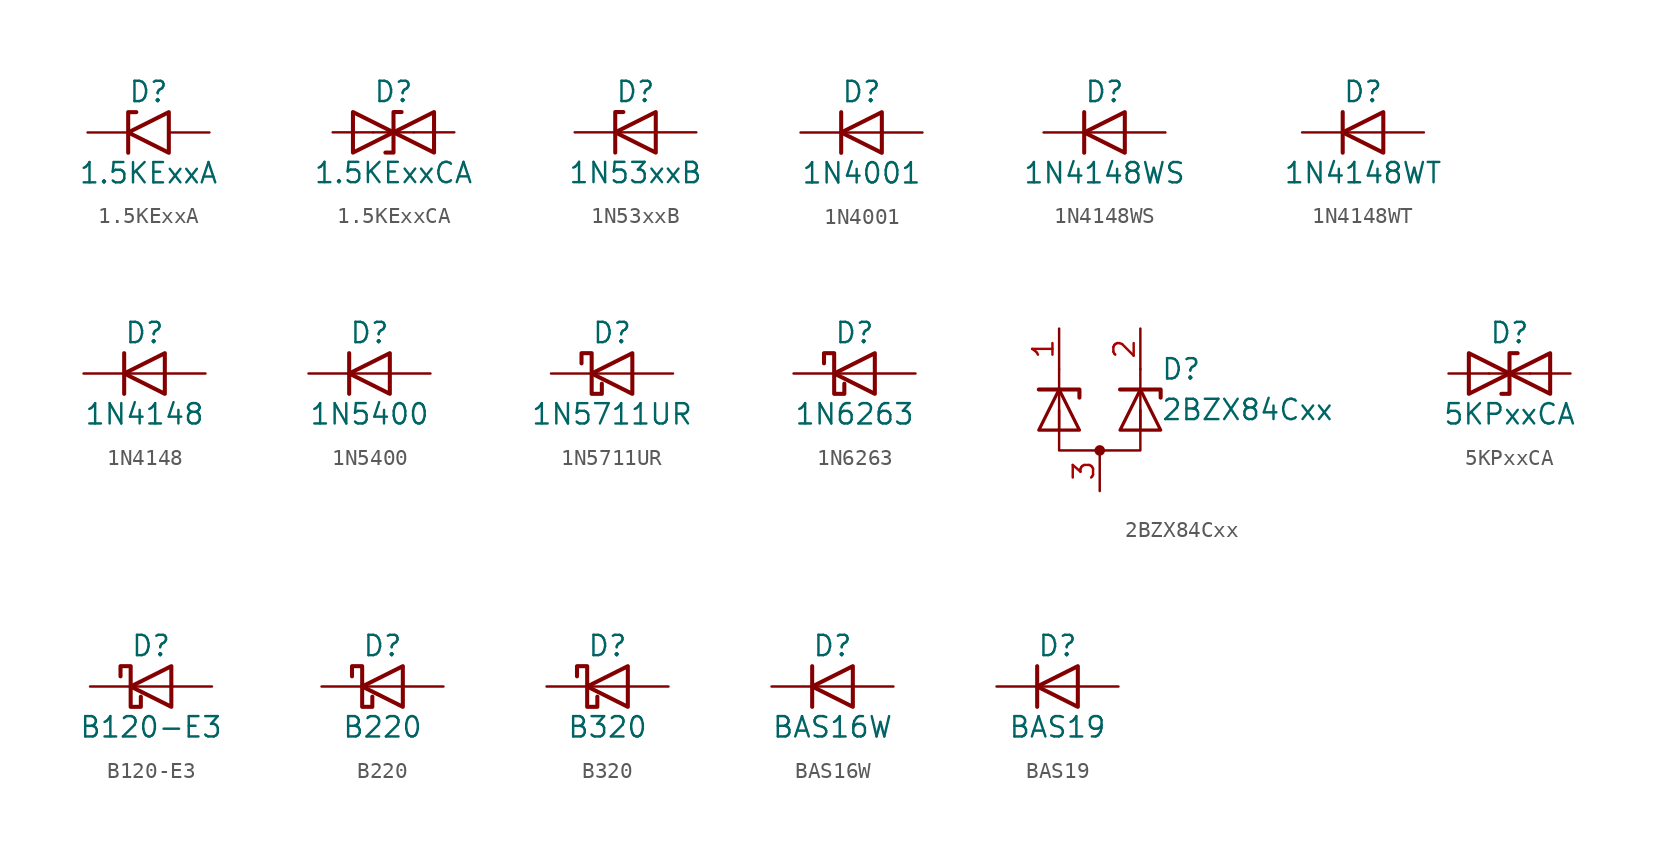
<source format=kicad_sym>
(kicad_symbol_lib
  (version 20201005)
  (generator kicad_symbol_editor)
  (symbol "1.5KExxA"
    (pin_numbers hide)
    (pin_names
      (offset 1.016) hide)
    (property "Reference" "D"
      (at 0 2.54 0)
      (effects (font (size 1.27 1.27))))
    (property "Value" "1.5KExxA"
      (at 0 -2.54 0)
      (effects (font (size 1.27 1.27))))
    (symbol "1.5KExxA_0_1"
      (polyline (pts (xy -0.762 1.27) (xy -1.27 1.27) (xy -1.27 -1.27)) (stroke (width 0.254)) (fill (type none)))
      (polyline (pts (xy 1.27 1.27) (xy 1.27 -1.27) (xy -1.27 0) (xy 1.27 1.27)) (stroke (width 0.254)) (fill (type none))))
    (symbol "1.5KExxA_1_1"
      (pin passive line (at -3.81 0 0) (length 2.54) (name "A1" (effects (font (size 1.27 1.27)))) (number "1" (effects (font (size 1.27 1.27)))))
      (pin passive line (at 3.81 0 180) (length 2.54) (name "A2" (effects (font (size 1.27 1.27)))) (number "2" (effects (font (size 1.27 1.27)))))))
  (symbol "1.5KExxCA"
    (pin_numbers hide)
    (pin_names
      (offset 1.016) hide)
    (property "Reference" "D"
      (at 0 2.54 0)
      (effects (font (size 1.27 1.27))))
    (property "Value" "1.5KExxCA"
      (at 0 -2.54 0)
      (effects (font (size 1.27 1.27))))
    (symbol "1.5KExxCA_0_1"
      (polyline (pts (xy 1.27 0) (xy -1.27 0)) (stroke (width 0)) (fill (type none)))
      (polyline (pts (xy -2.54 -1.27) (xy 0 0) (xy -2.54 1.27) (xy -2.54 -1.27)) (stroke (width 0.254)) (fill (type none)))
      (polyline (pts (xy 0.508 1.27) (xy 0 1.27) (xy 0 -1.27) (xy -0.508 -1.27)) (stroke (width 0.254)) (fill (type none)))
      (polyline (pts (xy 2.54 1.27) (xy 2.54 -1.27) (xy 0 0) (xy 2.54 1.27)) (stroke (width 0.254)) (fill (type none))))
    (symbol "1.5KExxCA_1_1"
      (pin passive line (at -3.81 0 0) (length 2.54) (name "A1" (effects (font (size 1.27 1.27)))) (number "1" (effects (font (size 1.27 1.27)))))
      (pin passive line (at 3.81 0 180) (length 2.54) (name "A2" (effects (font (size 1.27 1.27)))) (number "2" (effects (font (size 1.27 1.27)))))))
  (symbol "1N53xxB"
    (pin_numbers hide)
    (pin_names
      (offset 1.016) hide)
    (property "Reference" "D"
      (at 0 2.54 0)
      (effects (font (size 1.27 1.27))))
    (property "Value" "1N53xxB"
      (at 0 -2.54 0)
      (effects (font (size 1.27 1.27))))
    (symbol "1N53xxB_0_1"
      (polyline (pts (xy 1.27 0) (xy -1.27 0)) (stroke (width 0)) (fill (type none)))
      (polyline (pts (xy -1.27 -1.27) (xy -1.27 1.27) (xy -0.762 1.27)) (stroke (width 0.254)) (fill (type none)))
      (polyline (pts (xy 1.27 -1.27) (xy 1.27 1.27) (xy -1.27 0) (xy 1.27 -1.27)) (stroke (width 0.254)) (fill (type none))))
    (symbol "1N53xxB_1_1"
      (pin passive line (at -3.81 0 0) (length 2.54) (name "K" (effects (font (size 1.27 1.27)))) (number "1" (effects (font (size 1.27 1.27)))))
      (pin passive line (at 3.81 0 180) (length 2.54) (name "A" (effects (font (size 1.27 1.27)))) (number "2" (effects (font (size 1.27 1.27)))))))
  (symbol "1N4001"
    (pin_numbers hide)
    (pin_names
      (offset 1.016) hide)
    (property "Reference" "D"
      (at 0 2.54 0)
      (effects (font (size 1.27 1.27))))
    (property "Value" "1N4001"
      (at 0 -2.54 0)
      (effects (font (size 1.27 1.27))))
    (symbol "1N4001_0_1"
      (polyline (pts (xy -1.27 1.27) (xy -1.27 -1.27)) (stroke (width 0.254)) (fill (type none)))
      (polyline (pts (xy 1.27 0) (xy -1.27 0)) (stroke (width 0)) (fill (type none)))
      (polyline (pts (xy 1.27 1.27) (xy 1.27 -1.27) (xy -1.27 0) (xy 1.27 1.27)) (stroke (width 0.254)) (fill (type none))))
    (symbol "1N4001_1_1"
      (pin passive line (at -3.81 0 0) (length 2.54) (name "K" (effects (font (size 1.27 1.27)))) (number "1" (effects (font (size 1.27 1.27)))))
      (pin passive line (at 3.81 0 180) (length 2.54) (name "A" (effects (font (size 1.27 1.27)))) (number "2" (effects (font (size 1.27 1.27)))))))
  (symbol "1N4148WS"
    (pin_numbers hide)
    (pin_names
      (offset 1.016) hide)
    (property "Reference" "D"
      (at 0 2.54 0)
      (effects (font (size 1.27 1.27))))
    (property "Value" "1N4148WS"
      (at 0 -2.54 0)
      (effects (font (size 1.27 1.27))))
    (symbol "1N4148WS_0_1"
      (polyline (pts (xy -1.27 1.27) (xy -1.27 -1.27)) (stroke (width 0.254)) (fill (type none)))
      (polyline (pts (xy 1.27 0) (xy -1.27 0)) (stroke (width 0)) (fill (type none)))
      (polyline (pts (xy 1.27 1.27) (xy 1.27 -1.27) (xy -1.27 0) (xy 1.27 1.27)) (stroke (width 0.254)) (fill (type none))))
    (symbol "1N4148WS_1_1"
      (pin passive line (at -3.81 0 0) (length 2.54) (name "K" (effects (font (size 1.27 1.27)))) (number "1" (effects (font (size 1.27 1.27)))))
      (pin passive line (at 3.81 0 180) (length 2.54) (name "A" (effects (font (size 1.27 1.27)))) (number "2" (effects (font (size 1.27 1.27)))))))
  (symbol "1N4148WT"
    (pin_numbers hide)
    (pin_names
      (offset 1.016) hide)
    (property "Reference" "D"
      (at 0 2.54 0)
      (effects (font (size 1.27 1.27))))
    (property "Value" "1N4148WT"
      (at 0 -2.54 0)
      (effects (font (size 1.27 1.27))))
    (symbol "1N4148WT_0_1"
      (polyline (pts (xy -1.27 1.27) (xy -1.27 -1.27)) (stroke (width 0.254)) (fill (type none)))
      (polyline (pts (xy 1.27 0) (xy -1.27 0)) (stroke (width 0)) (fill (type none)))
      (polyline (pts (xy 1.27 1.27) (xy 1.27 -1.27) (xy -1.27 0) (xy 1.27 1.27)) (stroke (width 0.254)) (fill (type none))))
    (symbol "1N4148WT_1_1"
      (pin passive line (at -3.81 0 0) (length 2.54) (name "K" (effects (font (size 1.27 1.27)))) (number "1" (effects (font (size 1.27 1.27)))))
      (pin passive line (at 3.81 0 180) (length 2.54) (name "A" (effects (font (size 1.27 1.27)))) (number "2" (effects (font (size 1.27 1.27)))))))
  (symbol "1N4148"
    (pin_numbers hide)
    (pin_names
      (offset 1.016) hide)
    (property "Reference" "D"
      (at 0 2.54 0)
      (effects (font (size 1.27 1.27))))
    (property "Value" "1N4148"
      (at 0 -2.54 0)
      (effects (font (size 1.27 1.27))))
    (symbol "1N4148_0_1"
      (polyline (pts (xy -1.27 1.27) (xy -1.27 -1.27)) (stroke (width 0.254)) (fill (type none)))
      (polyline (pts (xy 1.27 0) (xy -1.27 0)) (stroke (width 0)) (fill (type none)))
      (polyline (pts (xy 1.27 1.27) (xy 1.27 -1.27) (xy -1.27 0) (xy 1.27 1.27)) (stroke (width 0.254)) (fill (type none))))
    (symbol "1N4148_1_1"
      (pin passive line (at -3.81 0 0) (length 2.54) (name "K" (effects (font (size 1.27 1.27)))) (number "1" (effects (font (size 1.27 1.27)))))
      (pin passive line (at 3.81 0 180) (length 2.54) (name "A" (effects (font (size 1.27 1.27)))) (number "2" (effects (font (size 1.27 1.27)))))))
  (symbol "1N5400"
    (pin_numbers hide)
    (pin_names
      (offset 1.016) hide)
    (property "Reference" "D"
      (at 0 2.54 0)
      (effects (font (size 1.27 1.27))))
    (property "Value" "1N5400"
      (at 0 -2.54 0)
      (effects (font (size 1.27 1.27))))
    (symbol "1N5400_0_1"
      (polyline (pts (xy -1.27 1.27) (xy -1.27 -1.27)) (stroke (width 0.254)) (fill (type none)))
      (polyline (pts (xy 1.27 0) (xy -1.27 0)) (stroke (width 0)) (fill (type none)))
      (polyline (pts (xy 1.27 1.27) (xy 1.27 -1.27) (xy -1.27 0) (xy 1.27 1.27)) (stroke (width 0.254)) (fill (type none))))
    (symbol "1N5400_1_1"
      (pin passive line (at -3.81 0 0) (length 2.54) (name "K" (effects (font (size 1.27 1.27)))) (number "1" (effects (font (size 1.27 1.27)))))
      (pin passive line (at 3.81 0 180) (length 2.54) (name "A" (effects (font (size 1.27 1.27)))) (number "2" (effects (font (size 1.27 1.27)))))))
  (symbol "1N5711UR"
    (pin_numbers hide)
    (pin_names
      (offset 1.016) hide)
    (property "Reference" "D"
      (at 0 2.54 0)
      (effects (font (size 1.27 1.27))))
    (property "Value" "1N5711UR"
      (at 0 -2.54 0)
      (effects (font (size 1.27 1.27))))
    (symbol "1N5711UR_0_1"
      (polyline (pts (xy 1.27 0) (xy -1.27 0)) (stroke (width 0)) (fill (type none)))
      (polyline (pts (xy 1.27 1.27) (xy 1.27 -1.27) (xy -1.27 0) (xy 1.27 1.27)) (stroke (width 0.254)) (fill (type none)))
      (polyline (pts (xy -1.905 0.635) (xy -1.905 1.27) (xy -1.27 1.27) (xy -1.27 -1.27) (xy -0.635 -1.27) (xy -0.635 -0.635)) (stroke (width 0.254)) (fill (type none))))
    (symbol "1N5711UR_1_1"
      (pin passive line (at -3.81 0 0) (length 2.54) (name "K" (effects (font (size 1.27 1.27)))) (number "1" (effects (font (size 1.27 1.27)))))
      (pin passive line (at 3.81 0 180) (length 2.54) (name "A" (effects (font (size 1.27 1.27)))) (number "2" (effects (font (size 1.27 1.27)))))))
  (symbol "1N6263"
    (pin_numbers hide)
    (pin_names
      (offset 1.016) hide)
    (property "Reference" "D"
      (at 0 2.54 0)
      (effects (font (size 1.27 1.27))))
    (property "Value" "1N6263"
      (at 0 -2.54 0)
      (effects (font (size 1.27 1.27))))
    (symbol "1N6263_0_1"
      (polyline (pts (xy 1.27 0) (xy -1.27 0)) (stroke (width 0)) (fill (type none)))
      (polyline (pts (xy 1.27 1.27) (xy 1.27 -1.27) (xy -1.27 0) (xy 1.27 1.27)) (stroke (width 0.254)) (fill (type none)))
      (polyline (pts (xy -1.905 0.635) (xy -1.905 1.27) (xy -1.27 1.27) (xy -1.27 -1.27) (xy -0.635 -1.27) (xy -0.635 -0.635)) (stroke (width 0.254)) (fill (type none))))
    (symbol "1N6263_1_1"
      (pin passive line (at -3.81 0 0) (length 2.54) (name "K" (effects (font (size 1.27 1.27)))) (number "1" (effects (font (size 1.27 1.27)))))
      (pin passive line (at 3.81 0 180) (length 2.54) (name "A" (effects (font (size 1.27 1.27)))) (number "2" (effects (font (size 1.27 1.27)))))))
  (symbol "2BZX84Cxx"
    (pin_names
      (offset 1.016) hide)
    (property "Reference" "D"
      (at 3.81 2.54 0)
      (effects (font (size 1.27 1.27)) (justify left)))
    (property "Value" "2BZX84Cxx"
      (at 3.81 0 0)
      (effects (font (size 1.27 1.27)) (justify left)))
    (symbol "2BZX84Cxx_0_1"
      (circle (center 0 -2.54) (radius 0.254) (stroke (width 0)) (fill (type outline)))
      (polyline (pts (xy -2.54 -1.27) (xy -2.54 2.54)) (stroke (width 0)) (fill (type none)))
      (polyline (pts (xy 2.54 -1.27) (xy 2.54 2.54)) (stroke (width 0)) (fill (type none)))
      (polyline (pts (xy -3.81 1.27) (xy -1.27 1.27) (xy -1.27 0.762)) (stroke (width 0.254)) (fill (type none)))
      (polyline (pts (xy 1.27 1.27) (xy 3.81 1.27) (xy 3.81 0.762)) (stroke (width 0.254)) (fill (type none)))
      (polyline (pts (xy -2.54 0) (xy -2.54 -2.54) (xy 2.54 -2.54) (xy 2.54 0)) (stroke (width 0)) (fill (type none))))
    (symbol "2BZX84Cxx_1_1"
      (polyline (pts (xy -3.81 -1.27) (xy -1.27 -1.27) (xy -2.54 1.27) (xy -3.81 -1.27)) (stroke (width 0.203)) (fill (type none)))
      (polyline (pts (xy 1.27 -1.27) (xy 3.81 -1.27) (xy 2.54 1.27) (xy 1.27 -1.27)) (stroke (width 0.203)) (fill (type none)))
      (pin passive line (at -2.54 5.08 270) (length 2.54) (name "K" (effects (font (size 1.27 1.27)))) (number "1" (effects (font (size 1.27 1.27)))))
      (pin passive line (at 2.54 5.08 270) (length 2.54) (name "K" (effects (font (size 1.27 1.27)))) (number "2" (effects (font (size 1.27 1.27)))))
      (pin passive line (at 0 -5.08 90) (length 2.54) (name "A" (effects (font (size 1.27 1.27)))) (number "3" (effects (font (size 1.27 1.27)))))))
  (symbol "5KPxxCA"
    (pin_numbers hide)
    (pin_names
      (offset 1.016) hide)
    (property "Reference" "D"
      (at 0 2.54 0)
      (effects (font (size 1.27 1.27))))
    (property "Value" "5KPxxCA"
      (at 0 -2.54 0)
      (effects (font (size 1.27 1.27))))
    (symbol "5KPxxCA_0_1"
      (polyline (pts (xy 1.27 0) (xy -1.27 0)) (stroke (width 0)) (fill (type none)))
      (polyline (pts (xy -2.54 -1.27) (xy 0 0) (xy -2.54 1.27) (xy -2.54 -1.27)) (stroke (width 0.254)) (fill (type none)))
      (polyline (pts (xy 0.508 1.27) (xy 0 1.27) (xy 0 -1.27) (xy -0.508 -1.27)) (stroke (width 0.254)) (fill (type none)))
      (polyline (pts (xy 2.54 1.27) (xy 2.54 -1.27) (xy 0 0) (xy 2.54 1.27)) (stroke (width 0.254)) (fill (type none))))
    (symbol "5KPxxCA_1_1"
      (pin passive line (at -3.81 0 0) (length 2.54) (name "A1" (effects (font (size 1.27 1.27)))) (number "1" (effects (font (size 1.27 1.27)))))
      (pin passive line (at 3.81 0 180) (length 2.54) (name "A2" (effects (font (size 1.27 1.27)))) (number "2" (effects (font (size 1.27 1.27)))))))
  (symbol "B120-E3"
    (pin_numbers hide)
    (pin_names hide)
    (property "Reference" "D"
      (at 0 2.54 0)
      (effects (font (size 1.27 1.27))))
    (property "Value" "B120-E3"
      (at 0 -2.54 0)
      (effects (font (size 1.27 1.27))))
    (symbol "B120-E3_0_1"
      (polyline (pts (xy 1.27 0) (xy -1.27 0)) (stroke (width 0)) (fill (type none)))
      (polyline (pts (xy 1.27 1.27) (xy 1.27 -1.27) (xy -1.27 0) (xy 1.27 1.27)) (stroke (width 0.254)) (fill (type none)))
      (polyline (pts (xy -1.905 0.635) (xy -1.905 1.27) (xy -1.27 1.27) (xy -1.27 -1.27) (xy -0.635 -1.27) (xy -0.635 -0.635)) (stroke (width 0.254)) (fill (type none))))
    (symbol "B120-E3_1_1"
      (pin passive line (at -3.81 0 0) (length 2.54) (name "K" (effects (font (size 1.27 1.27)))) (number "1" (effects (font (size 1.27 1.27)))))
      (pin passive line (at 3.81 0 180) (length 2.54) (name "A" (effects (font (size 1.27 1.27)))) (number "2" (effects (font (size 1.27 1.27)))))))
  (symbol "B220"
    (pin_numbers hide)
    (pin_names
      (offset 1.016) hide)
    (property "Reference" "D"
      (at 0 2.54 0)
      (effects (font (size 1.27 1.27))))
    (property "Value" "B220"
      (at 0 -2.54 0)
      (effects (font (size 1.27 1.27))))
    (symbol "B220_0_1"
      (polyline (pts (xy 1.27 0) (xy -1.27 0)) (stroke (width 0)) (fill (type none)))
      (polyline (pts (xy 1.27 1.27) (xy 1.27 -1.27) (xy -1.27 0) (xy 1.27 1.27)) (stroke (width 0.254)) (fill (type none)))
      (polyline (pts (xy -1.905 0.635) (xy -1.905 1.27) (xy -1.27 1.27) (xy -1.27 -1.27) (xy -0.635 -1.27) (xy -0.635 -0.635)) (stroke (width 0.254)) (fill (type none))))
    (symbol "B220_1_1"
      (pin passive line (at -3.81 0 0) (length 2.54) (name "K" (effects (font (size 1.27 1.27)))) (number "1" (effects (font (size 1.27 1.27)))))
      (pin passive line (at 3.81 0 180) (length 2.54) (name "A" (effects (font (size 1.27 1.27)))) (number "2" (effects (font (size 1.27 1.27)))))))
  (symbol "B320"
    (pin_numbers hide)
    (pin_names
      (offset 1.016) hide)
    (property "Reference" "D"
      (at 0 2.54 0)
      (effects (font (size 1.27 1.27))))
    (property "Value" "B320"
      (at 0 -2.54 0)
      (effects (font (size 1.27 1.27))))
    (symbol "B320_0_1"
      (polyline (pts (xy 1.27 0) (xy -1.27 0)) (stroke (width 0)) (fill (type none)))
      (polyline (pts (xy 1.27 1.27) (xy 1.27 -1.27) (xy -1.27 0) (xy 1.27 1.27)) (stroke (width 0.254)) (fill (type none)))
      (polyline (pts (xy -1.905 0.635) (xy -1.905 1.27) (xy -1.27 1.27) (xy -1.27 -1.27) (xy -0.635 -1.27) (xy -0.635 -0.635)) (stroke (width 0.254)) (fill (type none))))
    (symbol "B320_1_1"
      (pin passive line (at -3.81 0 0) (length 2.54) (name "K" (effects (font (size 1.27 1.27)))) (number "1" (effects (font (size 1.27 1.27)))))
      (pin passive line (at 3.81 0 180) (length 2.54) (name "A" (effects (font (size 1.27 1.27)))) (number "2" (effects (font (size 1.27 1.27)))))))
  (symbol "BAS16W"
    (pin_numbers hide)
    (pin_names hide)
    (property "Reference" "D"
      (at 0 2.54 0)
      (effects (font (size 1.27 1.27))))
    (property "Value" "BAS16W"
      (at 0 -2.54 0)
      (effects (font (size 1.27 1.27))))
    (symbol "BAS16W_0_1"
      (polyline (pts (xy -1.27 1.27) (xy -1.27 -1.27)) (stroke (width 0.254)) (fill (type none)))
      (polyline (pts (xy 1.27 0) (xy -1.27 0)) (stroke (width 0)) (fill (type none)))
      (polyline (pts (xy 1.27 1.27) (xy 1.27 -1.27) (xy -1.27 0) (xy 1.27 1.27)) (stroke (width 0.254)) (fill (type none))))
    (symbol "BAS16W_1_1"
      (pin passive line (at 3.81 0 180) (length 2.54) (name "A" (effects (font (size 1.27 1.27)))) (number "1" (effects (font (size 1.27 1.27)))))
      (pin no_connect line (at -1.27 0 0) (length 2.54) hide (name "NC" (effects (font (size 1.27 1.27)))) (number "2" (effects (font (size 1.27 1.27)))))
      (pin passive line (at -3.81 0 0) (length 2.54) (name "K" (effects (font (size 1.27 1.27)))) (number "3" (effects (font (size 1.27 1.27)))))))
  (symbol "BAS19"
    (pin_numbers hide)
    (pin_names hide)
    (property "Reference" "D"
      (at 0 2.54 0)
      (effects (font (size 1.27 1.27))))
    (property "Value" "BAS19"
      (at 0 -2.54 0)
      (effects (font (size 1.27 1.27))))
    (symbol "BAS19_0_1"
      (polyline (pts (xy -1.27 1.27) (xy -1.27 -1.27)) (stroke (width 0.254)) (fill (type none)))
      (polyline (pts (xy 1.27 0) (xy -1.27 0)) (stroke (width 0)) (fill (type none)))
      (polyline (pts (xy 1.27 1.27) (xy 1.27 -1.27) (xy -1.27 0) (xy 1.27 1.27)) (stroke (width 0.254)) (fill (type none))))
    (symbol "BAS19_1_1"
      (pin passive line (at 3.81 0 180) (length 2.54) (name "A" (effects (font (size 1.27 1.27)))) (number "1" (effects (font (size 1.27 1.27)))))
      (pin no_connect line (at -1.27 0 0) (length 2.54) hide (name "NC" (effects (font (size 1.27 1.27)))) (number "2" (effects (font (size 1.27 1.27)))))
      (pin passive line (at -3.81 0 0) (length 2.54) (name "K" (effects (font (size 1.27 1.27)))) (number "3" (effects (font (size 1.27 1.27))))))))
</source>
